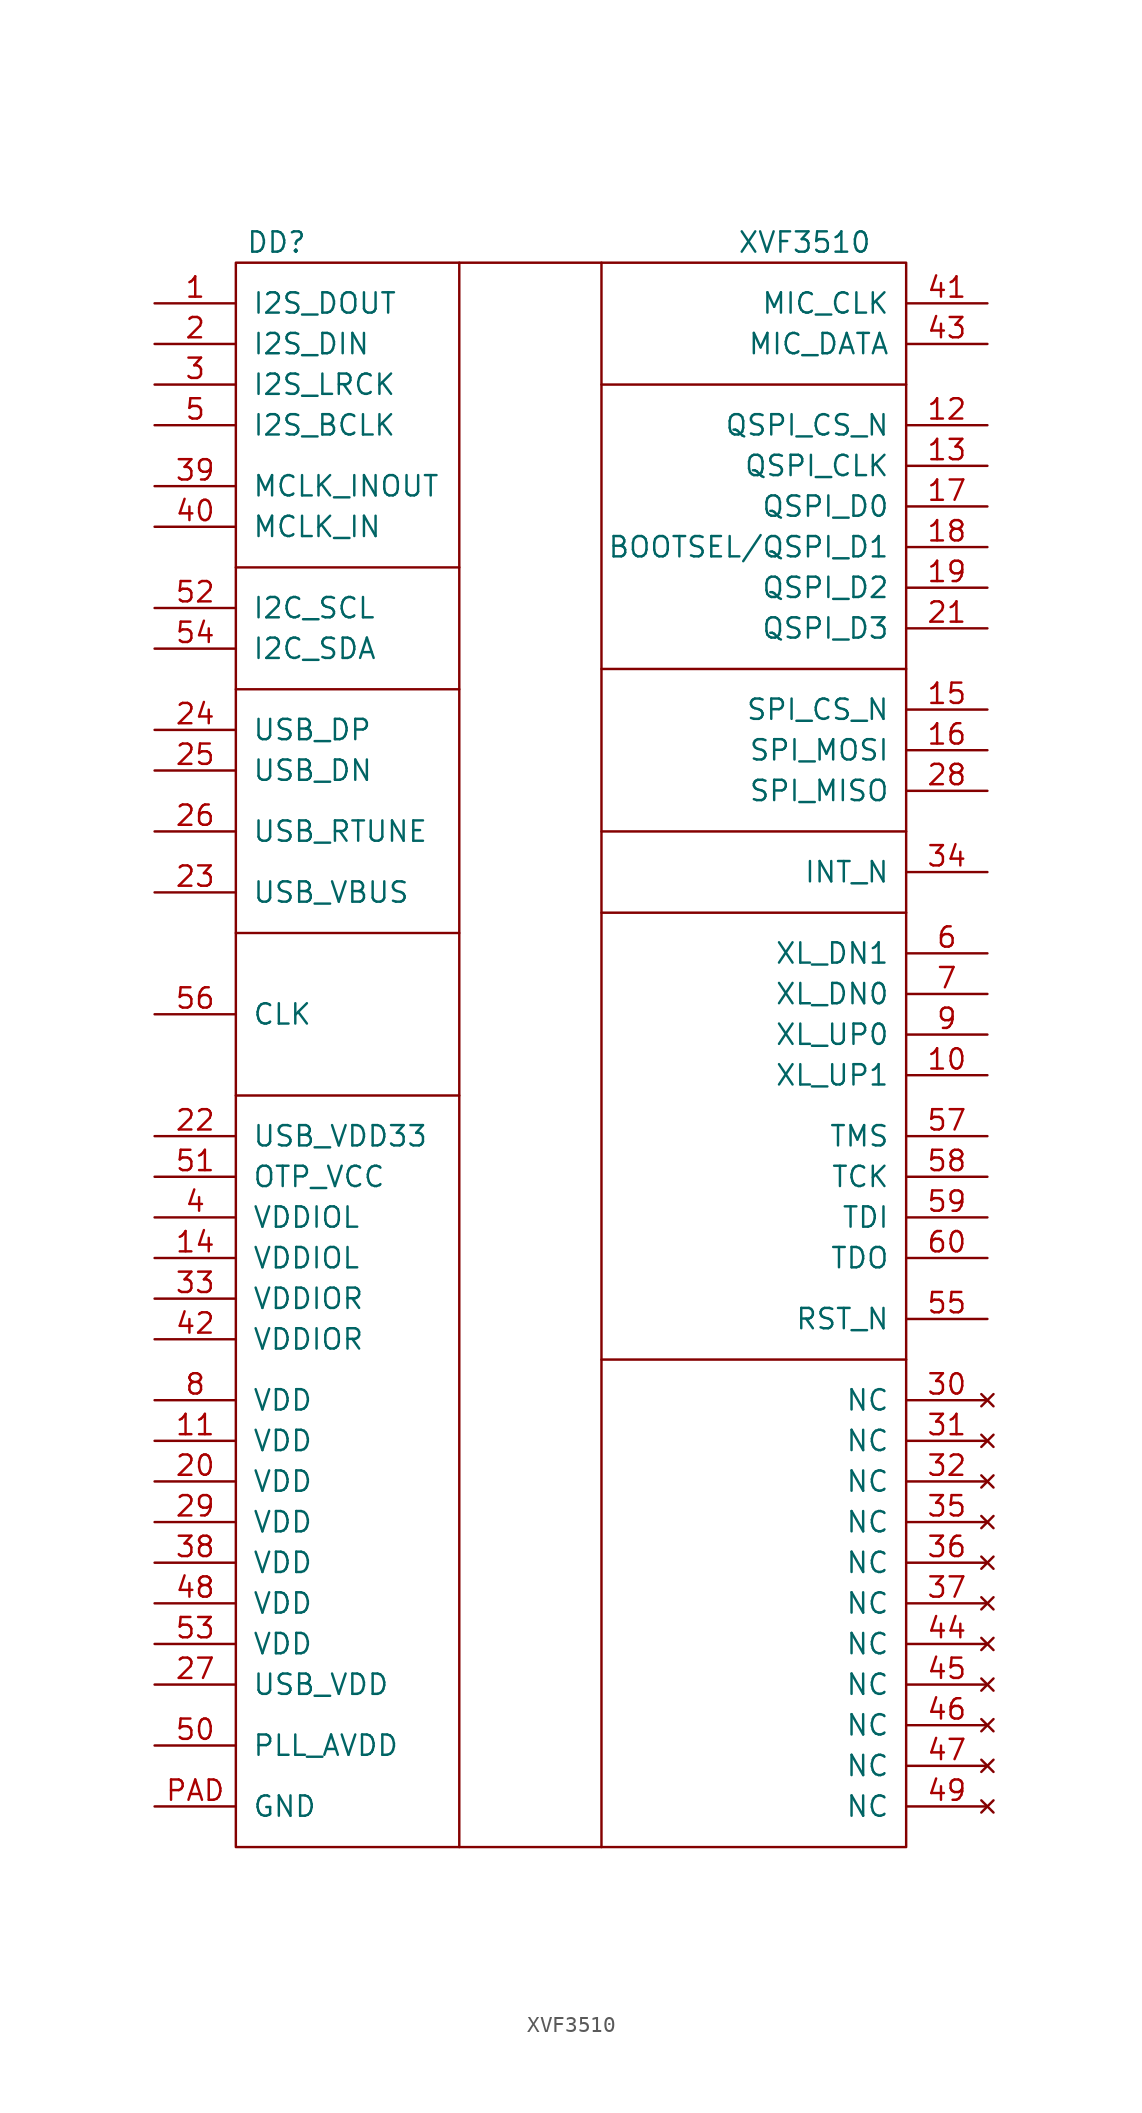
<source format=kicad_sym>
(kicad_symbol_lib
  (version 20231120)
  (generator "kicad_symbol_editor")
  (generator_version "8.0")
  (symbol "XVF3510"
    (pin_names
      (offset 1.016))
    (property "Reference" "DD"
      (at -15.24 50.8 0)
      (effects (font (size 1.27 1.27))))
    (property "Value" "XVF3510"
      (at 17.78 50.8 0)
      (effects (font (size 1.27 1.27))))
    (symbol "XVF3510_0_1"
      (rectangle (start -17.78 49.53) (end 24.13 -49.53) (stroke (width 0) (type default)) (fill (type none)))
      (polyline (pts (xy -17.78 -2.54) (xy -3.81 -2.54)) (stroke (width 0) (type default)) (fill (type none)))
      (polyline (pts (xy -17.78 7.62) (xy -3.81 7.62)) (stroke (width 0) (type default)) (fill (type none)))
      (polyline (pts (xy -17.78 22.86) (xy -3.81 22.86)) (stroke (width 0) (type default)) (fill (type none)))
      (polyline (pts (xy -17.78 30.48) (xy -3.81 30.48)) (stroke (width 0) (type default)) (fill (type none)))
      (polyline (pts (xy -3.81 49.53) (xy -3.81 -49.53)) (stroke (width 0) (type default)) (fill (type none)))
      (polyline (pts (xy 5.08 49.53) (xy 5.08 -49.53)) (stroke (width 0) (type default)) (fill (type none)))
      (polyline (pts (xy 24.13 -19.05) (xy 5.08 -19.05)) (stroke (width 0) (type default)) (fill (type none)))
      (polyline (pts (xy 24.13 8.89) (xy 5.08 8.89)) (stroke (width 0) (type default)) (fill (type none)))
      (polyline (pts (xy 24.13 13.97) (xy 5.08 13.97)) (stroke (width 0) (type default)) (fill (type none)))
      (polyline (pts (xy 24.13 24.13) (xy 5.08 24.13)) (stroke (width 0) (type default)) (fill (type none)))
      (polyline (pts (xy 24.13 41.91) (xy 5.08 41.91)) (stroke (width 0) (type default)) (fill (type none)))
      (pin passive line (at -22.86 46.99 0) (length 5.08) (name "I2S_DOUT" (effects (font (size 1.27 1.27)))) (number "1" (effects (font (size 1.27 1.27)))))
      (pin passive line (at 29.21 -1.27 180) (length 5.08) (name "XL_UP1" (effects (font (size 1.27 1.27)))) (number "10" (effects (font (size 1.27 1.27)))))
      (pin power_in line (at -22.86 -24.13 0) (length 5.08) (name "VDD" (effects (font (size 1.27 1.27)))) (number "11" (effects (font (size 1.27 1.27)))))
      (pin passive line (at 29.21 39.37 180) (length 5.08) (name "QSPI_CS_N" (effects (font (size 1.27 1.27)))) (number "12" (effects (font (size 1.27 1.27)))))
      (pin passive line (at 29.21 36.83 180) (length 5.08) (name "QSPI_CLK" (effects (font (size 1.27 1.27)))) (number "13" (effects (font (size 1.27 1.27)))))
      (pin power_in line (at -22.86 -12.7 0) (length 5.08) (name "VDDIOL" (effects (font (size 1.27 1.27)))) (number "14" (effects (font (size 1.27 1.27)))))
      (pin passive line (at 29.21 21.59 180) (length 5.08) (name "SPI_CS_N" (effects (font (size 1.27 1.27)))) (number "15" (effects (font (size 1.27 1.27)))))
      (pin passive line (at 29.21 19.05 180) (length 5.08) (name "SPI_MOSI" (effects (font (size 1.27 1.27)))) (number "16" (effects (font (size 1.27 1.27)))))
      (pin passive line (at 29.21 34.29 180) (length 5.08) (name "QSPI_D0" (effects (font (size 1.27 1.27)))) (number "17" (effects (font (size 1.27 1.27)))))
      (pin passive line (at 29.21 31.75 180) (length 5.08) (name "BOOTSEL/QSPI_D1" (effects (font (size 1.27 1.27)))) (number "18" (effects (font (size 1.27 1.27)))))
      (pin passive line (at 29.21 29.21 180) (length 5.08) (name "QSPI_D2" (effects (font (size 1.27 1.27)))) (number "19" (effects (font (size 1.27 1.27)))))
      (pin passive line (at -22.86 44.45 0) (length 5.08) (name "I2S_DIN" (effects (font (size 1.27 1.27)))) (number "2" (effects (font (size 1.27 1.27)))))
      (pin power_in line (at -22.86 -26.67 0) (length 5.08) (name "VDD" (effects (font (size 1.27 1.27)))) (number "20" (effects (font (size 1.27 1.27)))))
      (pin passive line (at 29.21 26.67 180) (length 5.08) (name "QSPI_D3" (effects (font (size 1.27 1.27)))) (number "21" (effects (font (size 1.27 1.27)))))
      (pin power_in line (at -22.86 -5.08 0) (length 5.08) (name "USB_VDD33" (effects (font (size 1.27 1.27)))) (number "22" (effects (font (size 1.27 1.27)))))
      (pin power_in line (at -22.86 10.16 0) (length 5.08) (name "USB_VBUS" (effects (font (size 1.27 1.27)))) (number "23" (effects (font (size 1.27 1.27)))))
      (pin passive line (at -22.86 20.32 0) (length 5.08) (name "USB_DP" (effects (font (size 1.27 1.27)))) (number "24" (effects (font (size 1.27 1.27)))))
      (pin passive line (at -22.86 17.78 0) (length 5.08) (name "USB_DN" (effects (font (size 1.27 1.27)))) (number "25" (effects (font (size 1.27 1.27)))))
      (pin passive line (at -22.86 13.97 0) (length 5.08) (name "USB_RTUNE" (effects (font (size 1.27 1.27)))) (number "26" (effects (font (size 1.27 1.27)))))
      (pin power_in line (at -22.86 -39.37 0) (length 5.08) (name "USB_VDD" (effects (font (size 1.27 1.27)))) (number "27" (effects (font (size 1.27 1.27)))))
      (pin passive line (at 29.21 16.51 180) (length 5.08) (name "SPI_MISO" (effects (font (size 1.27 1.27)))) (number "28" (effects (font (size 1.27 1.27)))))
      (pin power_in line (at -22.86 -29.21 0) (length 5.08) (name "VDD" (effects (font (size 1.27 1.27)))) (number "29" (effects (font (size 1.27 1.27)))))
      (pin passive line (at -22.86 41.91 0) (length 5.08) (name "I2S_LRCK" (effects (font (size 1.27 1.27)))) (number "3" (effects (font (size 1.27 1.27)))))
      (pin no_connect line (at 29.21 -21.59 180) (length 5.08) (name "NC" (effects (font (size 1.27 1.27)))) (number "30" (effects (font (size 1.27 1.27)))))
      (pin no_connect line (at 29.21 -24.13 180) (length 5.08) (name "NC" (effects (font (size 1.27 1.27)))) (number "31" (effects (font (size 1.27 1.27)))))
      (pin no_connect line (at 29.21 -26.67 180) (length 5.08) (name "NC" (effects (font (size 1.27 1.27)))) (number "32" (effects (font (size 1.27 1.27)))))
      (pin power_in line (at -22.86 -15.24 0) (length 5.08) (name "VDDIOR" (effects (font (size 1.27 1.27)))) (number "33" (effects (font (size 1.27 1.27)))))
      (pin passive line (at 29.21 11.43 180) (length 5.08) (name "INT_N" (effects (font (size 1.27 1.27)))) (number "34" (effects (font (size 1.27 1.27)))))
      (pin no_connect line (at 29.21 -29.21 180) (length 5.08) (name "NC" (effects (font (size 1.27 1.27)))) (number "35" (effects (font (size 1.27 1.27)))))
      (pin no_connect line (at 29.21 -31.75 180) (length 5.08) (name "NC" (effects (font (size 1.27 1.27)))) (number "36" (effects (font (size 1.27 1.27)))))
      (pin no_connect line (at 29.21 -34.29 180) (length 5.08) (name "NC" (effects (font (size 1.27 1.27)))) (number "37" (effects (font (size 1.27 1.27)))))
      (pin power_in line (at -22.86 -31.75 0) (length 5.08) (name "VDD" (effects (font (size 1.27 1.27)))) (number "38" (effects (font (size 1.27 1.27)))))
      (pin passive line (at -22.86 35.56 0) (length 5.08) (name "MCLK_INOUT" (effects (font (size 1.27 1.27)))) (number "39" (effects (font (size 1.27 1.27)))))
      (pin power_in line (at -22.86 -10.16 0) (length 5.08) (name "VDDIOL" (effects (font (size 1.27 1.27)))) (number "4" (effects (font (size 1.27 1.27)))))
      (pin passive line (at -22.86 33.02 0) (length 5.08) (name "MCLK_IN" (effects (font (size 1.27 1.27)))) (number "40" (effects (font (size 1.27 1.27)))))
      (pin passive line (at 29.21 46.99 180) (length 5.08) (name "MIC_CLK" (effects (font (size 1.27 1.27)))) (number "41" (effects (font (size 1.27 1.27)))))
      (pin power_in line (at -22.86 -17.78 0) (length 5.08) (name "VDDIOR" (effects (font (size 1.27 1.27)))) (number "42" (effects (font (size 1.27 1.27)))))
      (pin passive line (at 29.21 44.45 180) (length 5.08) (name "MIC_DATA" (effects (font (size 1.27 1.27)))) (number "43" (effects (font (size 1.27 1.27)))))
      (pin no_connect line (at 29.21 -36.83 180) (length 5.08) (name "NC" (effects (font (size 1.27 1.27)))) (number "44" (effects (font (size 1.27 1.27)))))
      (pin no_connect line (at 29.21 -39.37 180) (length 5.08) (name "NC" (effects (font (size 1.27 1.27)))) (number "45" (effects (font (size 1.27 1.27)))))
      (pin no_connect line (at 29.21 -41.91 180) (length 5.08) (name "NC" (effects (font (size 1.27 1.27)))) (number "46" (effects (font (size 1.27 1.27)))))
      (pin no_connect line (at 29.21 -44.45 180) (length 5.08) (name "NC" (effects (font (size 1.27 1.27)))) (number "47" (effects (font (size 1.27 1.27)))))
      (pin power_in line (at -22.86 -34.29 0) (length 5.08) (name "VDD" (effects (font (size 1.27 1.27)))) (number "48" (effects (font (size 1.27 1.27)))))
      (pin no_connect line (at 29.21 -46.99 180) (length 5.08) (name "NC" (effects (font (size 1.27 1.27)))) (number "49" (effects (font (size 1.27 1.27)))))
      (pin passive line (at -22.86 39.37 0) (length 5.08) (name "I2S_BCLK" (effects (font (size 1.27 1.27)))) (number "5" (effects (font (size 1.27 1.27)))))
      (pin power_in line (at -22.86 -43.18 0) (length 5.08) (name "PLL_AVDD" (effects (font (size 1.27 1.27)))) (number "50" (effects (font (size 1.27 1.27)))))
      (pin power_in line (at -22.86 -7.62 0) (length 5.08) (name "OTP_VCC" (effects (font (size 1.27 1.27)))) (number "51" (effects (font (size 1.27 1.27)))))
      (pin passive line (at -22.86 27.94 0) (length 5.08) (name "I2C_SCL" (effects (font (size 1.27 1.27)))) (number "52" (effects (font (size 1.27 1.27)))))
      (pin power_in line (at -22.86 -36.83 0) (length 5.08) (name "VDD" (effects (font (size 1.27 1.27)))) (number "53" (effects (font (size 1.27 1.27)))))
      (pin passive line (at -22.86 25.4 0) (length 5.08) (name "I2C_SDA" (effects (font (size 1.27 1.27)))) (number "54" (effects (font (size 1.27 1.27)))))
      (pin passive line (at 29.21 -16.51 180) (length 5.08) (name "RST_N" (effects (font (size 1.27 1.27)))) (number "55" (effects (font (size 1.27 1.27)))))
      (pin passive line (at -22.86 2.54 0) (length 5.08) (name "CLK" (effects (font (size 1.27 1.27)))) (number "56" (effects (font (size 1.27 1.27)))))
      (pin passive line (at 29.21 -5.08 180) (length 5.08) (name "TMS" (effects (font (size 1.27 1.27)))) (number "57" (effects (font (size 1.27 1.27)))))
      (pin passive line (at 29.21 -7.62 180) (length 5.08) (name "TCK" (effects (font (size 1.27 1.27)))) (number "58" (effects (font (size 1.27 1.27)))))
      (pin passive line (at 29.21 -10.16 180) (length 5.08) (name "TDI" (effects (font (size 1.27 1.27)))) (number "59" (effects (font (size 1.27 1.27)))))
      (pin passive line (at 29.21 6.35 180) (length 5.08) (name "XL_DN1" (effects (font (size 1.27 1.27)))) (number "6" (effects (font (size 1.27 1.27)))))
      (pin passive line (at 29.21 -12.7 180) (length 5.08) (name "TDO" (effects (font (size 1.27 1.27)))) (number "60" (effects (font (size 1.27 1.27)))))
      (pin passive line (at 29.21 3.81 180) (length 5.08) (name "XL_DN0" (effects (font (size 1.27 1.27)))) (number "7" (effects (font (size 1.27 1.27)))))
      (pin power_in line (at -22.86 -21.59 0) (length 5.08) (name "VDD" (effects (font (size 1.27 1.27)))) (number "8" (effects (font (size 1.27 1.27)))))
      (pin passive line (at 29.21 1.27 180) (length 5.08) (name "XL_UP0" (effects (font (size 1.27 1.27)))) (number "9" (effects (font (size 1.27 1.27)))))
      (pin power_in line (at -22.86 -46.99 0) (length 5.08) (name "GND" (effects (font (size 1.27 1.27)))) (number "PAD" (effects (font (size 1.27 1.27))))))))
</source>
